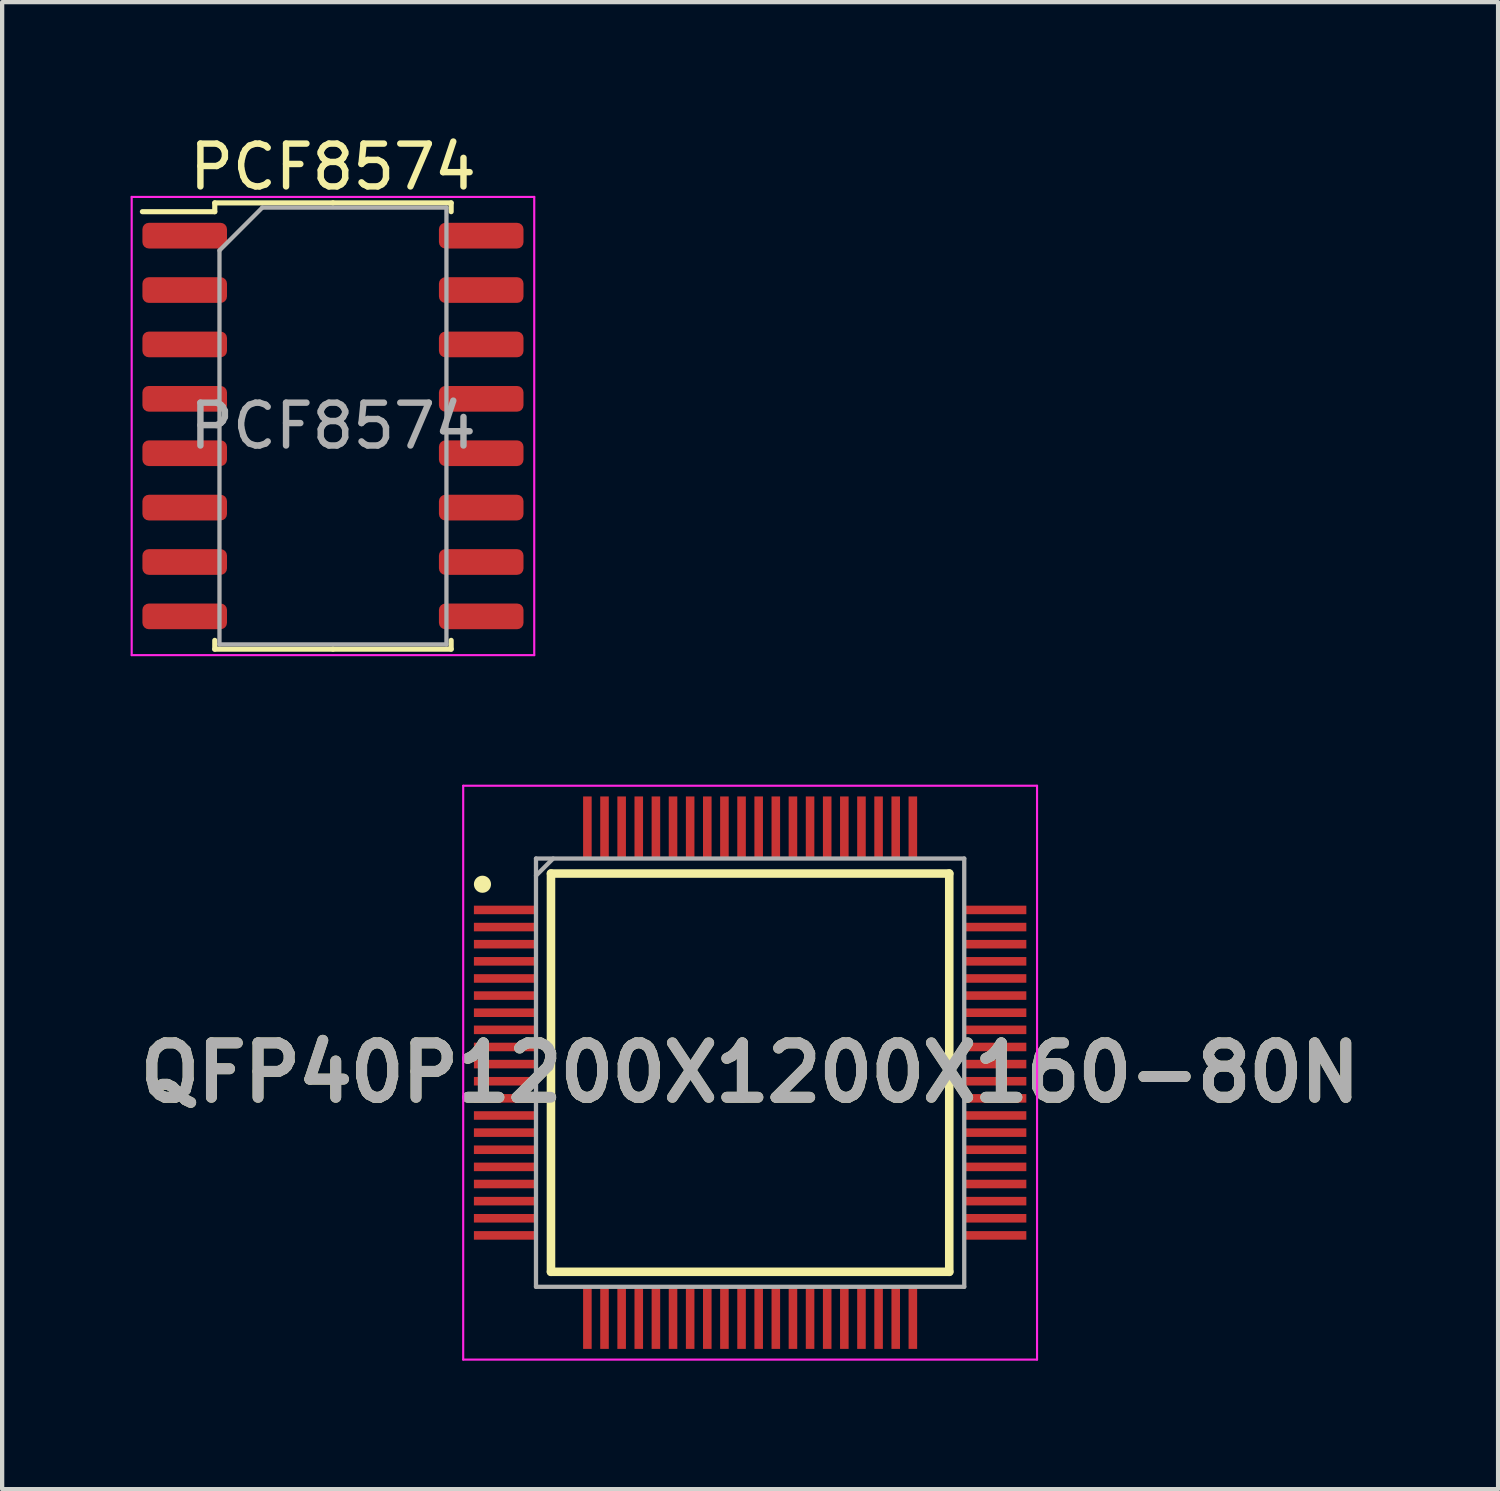
<source format=kicad_pcb>
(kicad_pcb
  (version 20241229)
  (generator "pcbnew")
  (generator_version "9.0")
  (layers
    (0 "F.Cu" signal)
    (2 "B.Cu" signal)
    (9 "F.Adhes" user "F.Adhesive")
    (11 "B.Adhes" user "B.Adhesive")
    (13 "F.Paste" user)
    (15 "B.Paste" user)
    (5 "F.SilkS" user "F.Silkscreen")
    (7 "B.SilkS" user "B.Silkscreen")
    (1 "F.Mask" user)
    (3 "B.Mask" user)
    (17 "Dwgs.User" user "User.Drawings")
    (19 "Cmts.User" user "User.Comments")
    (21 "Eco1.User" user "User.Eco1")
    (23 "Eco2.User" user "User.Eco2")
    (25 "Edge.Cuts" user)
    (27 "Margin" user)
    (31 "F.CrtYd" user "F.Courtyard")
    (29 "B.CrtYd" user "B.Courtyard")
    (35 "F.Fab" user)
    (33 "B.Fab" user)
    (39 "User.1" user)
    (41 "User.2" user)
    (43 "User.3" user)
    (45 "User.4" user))
  (footprint "QFP40P1200X1200X160-80N"
    (layer "F.Cu")
    (at 14.466 21.998)
    (property "Reference" "QFP40P1200X1200X160-80N" (at 0 0 0) (layer "F.SilkS") (effects (font (size 1.27 1.27) (thickness 0.254))))
    (attr smd)
    (fp_line (start -4.65 -4.65) (end 4.65 -4.65) (stroke (width 0.2) (type solid)) (layer "F.SilkS"))
    (fp_line (start -4.65 4.65) (end -4.65 -4.65) (stroke (width 0.2) (type solid)) (layer "F.SilkS"))
    (fp_line (start 4.65 -4.65) (end 4.65 4.65) (stroke (width 0.2) (type solid)) (layer "F.SilkS"))
    (fp_line (start 4.65 4.65) (end -4.65 4.65) (stroke (width 0.2) (type solid)) (layer "F.SilkS"))
    (fp_circle (center -6.25 -4.4) (end -6.25 -4.3) (stroke (width 0.2) (type solid)) (fill no) (layer "F.SilkS"))
    (fp_line (start -6.7 -6.7) (end 6.7 -6.7) (stroke (width 0.05) (type solid)) (layer "F.CrtYd"))
    (fp_line (start -6.7 6.7) (end -6.7 -6.7) (stroke (width 0.05) (type solid)) (layer "F.CrtYd"))
    (fp_line (start 6.7 -6.7) (end 6.7 6.7) (stroke (width 0.05) (type solid)) (layer "F.CrtYd"))
    (fp_line (start 6.7 6.7) (end -6.7 6.7) (stroke (width 0.05) (type solid)) (layer "F.CrtYd"))
    (fp_line (start -5 -5) (end 5 -5) (stroke (width 0.1) (type solid)) (layer "F.Fab"))
    (fp_line (start -5 -4.6) (end -4.6 -5) (stroke (width 0.1) (type solid)) (layer "F.Fab"))
    (fp_line (start -5 5) (end -5 -5) (stroke (width 0.1) (type solid)) (layer "F.Fab"))
    (fp_line (start 5 -5) (end 5 5) (stroke (width 0.1) (type solid)) (layer "F.Fab"))
    (fp_line (start 5 5) (end -5 5) (stroke (width 0.1) (type solid)) (layer "F.Fab"))
    (fp_text user "${REFERENCE}" (at 0 0 0) (layer "F.Fab") (effects (font (size 1.27 1.27) (thickness 0.254))))
    (pad "1" smd rect (at -5.725 -3.8 90) (size 0.2 1.45) (layers "F.Cu" "F.Mask" "F.Paste"))
    (pad "2" smd rect (at -5.725 -3.4 90) (size 0.2 1.45) (layers "F.Cu" "F.Mask" "F.Paste"))
    (pad "3" smd rect (at -5.725 -3 90) (size 0.2 1.45) (layers "F.Cu" "F.Mask" "F.Paste"))
    (pad "4" smd rect (at -5.725 -2.6 90) (size 0.2 1.45) (layers "F.Cu" "F.Mask" "F.Paste"))
    (pad "5" smd rect (at -5.725 -2.2 90) (size 0.2 1.45) (layers "F.Cu" "F.Mask" "F.Paste"))
    (pad "6" smd rect (at -5.725 -1.8 90) (size 0.2 1.45) (layers "F.Cu" "F.Mask" "F.Paste"))
    (pad "7" smd rect (at -5.725 -1.4 90) (size 0.2 1.45) (layers "F.Cu" "F.Mask" "F.Paste"))
    (pad "8" smd rect (at -5.725 -1 90) (size 0.2 1.45) (layers "F.Cu" "F.Mask" "F.Paste"))
    (pad "9" smd rect (at -5.725 -0.6 90) (size 0.2 1.45) (layers "F.Cu" "F.Mask" "F.Paste"))
    (pad "10" smd rect (at -5.725 -0.2 90) (size 0.2 1.45) (layers "F.Cu" "F.Mask" "F.Paste"))
    (pad "11" smd rect (at -5.725 0.2 90) (size 0.2 1.45) (layers "F.Cu" "F.Mask" "F.Paste"))
    (pad "12" smd rect (at -5.725 0.6 90) (size 0.2 1.45) (layers "F.Cu" "F.Mask" "F.Paste"))
    (pad "13" smd rect (at -5.725 1 90) (size 0.2 1.45) (layers "F.Cu" "F.Mask" "F.Paste"))
    (pad "14" smd rect (at -5.725 1.4 90) (size 0.2 1.45) (layers "F.Cu" "F.Mask" "F.Paste"))
    (pad "15" smd rect (at -5.725 1.8 90) (size 0.2 1.45) (layers "F.Cu" "F.Mask" "F.Paste"))
    (pad "16" smd rect (at -5.725 2.2 90) (size 0.2 1.45) (layers "F.Cu" "F.Mask" "F.Paste"))
    (pad "17" smd rect (at -5.725 2.6 90) (size 0.2 1.45) (layers "F.Cu" "F.Mask" "F.Paste"))
    (pad "18" smd rect (at -5.725 3 90) (size 0.2 1.45) (layers "F.Cu" "F.Mask" "F.Paste"))
    (pad "19" smd rect (at -5.725 3.4 90) (size 0.2 1.45) (layers "F.Cu" "F.Mask" "F.Paste"))
    (pad "20" smd rect (at -5.725 3.8 90) (size 0.2 1.45) (layers "F.Cu" "F.Mask" "F.Paste"))
    (pad "21" smd rect (at -3.8 5.725) (size 0.2 1.45) (layers "F.Cu" "F.Mask" "F.Paste"))
    (pad "22" smd rect (at -3.4 5.725) (size 0.2 1.45) (layers "F.Cu" "F.Mask" "F.Paste"))
    (pad "23" smd rect (at -3 5.725) (size 0.2 1.45) (layers "F.Cu" "F.Mask" "F.Paste"))
    (pad "24" smd rect (at -2.6 5.725) (size 0.2 1.45) (layers "F.Cu" "F.Mask" "F.Paste"))
    (pad "25" smd rect (at -2.2 5.725) (size 0.2 1.45) (layers "F.Cu" "F.Mask" "F.Paste"))
    (pad "26" smd rect (at -1.8 5.725) (size 0.2 1.45) (layers "F.Cu" "F.Mask" "F.Paste"))
    (pad "27" smd rect (at -1.4 5.725) (size 0.2 1.45) (layers "F.Cu" "F.Mask" "F.Paste"))
    (pad "28" smd rect (at -1 5.725) (size 0.2 1.45) (layers "F.Cu" "F.Mask" "F.Paste"))
    (pad "29" smd rect (at -0.6 5.725) (size 0.2 1.45) (layers "F.Cu" "F.Mask" "F.Paste"))
    (pad "30" smd rect (at -0.2 5.725) (size 0.2 1.45) (layers "F.Cu" "F.Mask" "F.Paste"))
    (pad "31" smd rect (at 0.2 5.725) (size 0.2 1.45) (layers "F.Cu" "F.Mask" "F.Paste"))
    (pad "32" smd rect (at 0.6 5.725) (size 0.2 1.45) (layers "F.Cu" "F.Mask" "F.Paste"))
    (pad "33" smd rect (at 1 5.725) (size 0.2 1.45) (layers "F.Cu" "F.Mask" "F.Paste"))
    (pad "34" smd rect (at 1.4 5.725) (size 0.2 1.45) (layers "F.Cu" "F.Mask" "F.Paste"))
    (pad "35" smd rect (at 1.8 5.725) (size 0.2 1.45) (layers "F.Cu" "F.Mask" "F.Paste"))
    (pad "36" smd rect (at 2.2 5.725) (size 0.2 1.45) (layers "F.Cu" "F.Mask" "F.Paste"))
    (pad "37" smd rect (at 2.6 5.725) (size 0.2 1.45) (layers "F.Cu" "F.Mask" "F.Paste"))
    (pad "38" smd rect (at 3 5.725) (size 0.2 1.45) (layers "F.Cu" "F.Mask" "F.Paste"))
    (pad "39" smd rect (at 3.4 5.725) (size 0.2 1.45) (layers "F.Cu" "F.Mask" "F.Paste"))
    (pad "40" smd rect (at 3.8 5.725) (size 0.2 1.45) (layers "F.Cu" "F.Mask" "F.Paste"))
    (pad "41" smd rect (at 5.725 3.8 90) (size 0.2 1.45) (layers "F.Cu" "F.Mask" "F.Paste"))
    (pad "42" smd rect (at 5.725 3.4 90) (size 0.2 1.45) (layers "F.Cu" "F.Mask" "F.Paste"))
    (pad "43" smd rect (at 5.725 3 90) (size 0.2 1.45) (layers "F.Cu" "F.Mask" "F.Paste"))
    (pad "44" smd rect (at 5.725 2.6 90) (size 0.2 1.45) (layers "F.Cu" "F.Mask" "F.Paste"))
    (pad "45" smd rect (at 5.725 2.2 90) (size 0.2 1.45) (layers "F.Cu" "F.Mask" "F.Paste"))
    (pad "46" smd rect (at 5.725 1.8 90) (size 0.2 1.45) (layers "F.Cu" "F.Mask" "F.Paste"))
    (pad "47" smd rect (at 5.725 1.4 90) (size 0.2 1.45) (layers "F.Cu" "F.Mask" "F.Paste"))
    (pad "48" smd rect (at 5.725 1 90) (size 0.2 1.45) (layers "F.Cu" "F.Mask" "F.Paste"))
    (pad "49" smd rect (at 5.725 0.6 90) (size 0.2 1.45) (layers "F.Cu" "F.Mask" "F.Paste"))
    (pad "50" smd rect (at 5.725 0.2 90) (size 0.2 1.45) (layers "F.Cu" "F.Mask" "F.Paste"))
    (pad "51" smd rect (at 5.725 -0.2 90) (size 0.2 1.45) (layers "F.Cu" "F.Mask" "F.Paste"))
    (pad "52" smd rect (at 5.725 -0.6 90) (size 0.2 1.45) (layers "F.Cu" "F.Mask" "F.Paste"))
    (pad "53" smd rect (at 5.725 -1 90) (size 0.2 1.45) (layers "F.Cu" "F.Mask" "F.Paste"))
    (pad "54" smd rect (at 5.725 -1.4 90) (size 0.2 1.45) (layers "F.Cu" "F.Mask" "F.Paste"))
    (pad "55" smd rect (at 5.725 -1.8 90) (size 0.2 1.45) (layers "F.Cu" "F.Mask" "F.Paste"))
    (pad "56" smd rect (at 5.725 -2.2 90) (size 0.2 1.45) (layers "F.Cu" "F.Mask" "F.Paste"))
    (pad "57" smd rect (at 5.725 -2.6 90) (size 0.2 1.45) (layers "F.Cu" "F.Mask" "F.Paste"))
    (pad "58" smd rect (at 5.725 -3 90) (size 0.2 1.45) (layers "F.Cu" "F.Mask" "F.Paste"))
    (pad "59" smd rect (at 5.725 -3.4 90) (size 0.2 1.45) (layers "F.Cu" "F.Mask" "F.Paste"))
    (pad "60" smd rect (at 5.725 -3.8 90) (size 0.2 1.45) (layers "F.Cu" "F.Mask" "F.Paste"))
    (pad "61" smd rect (at 3.8 -5.725) (size 0.2 1.45) (layers "F.Cu" "F.Mask" "F.Paste"))
    (pad "62" smd rect (at 3.4 -5.725) (size 0.2 1.45) (layers "F.Cu" "F.Mask" "F.Paste"))
    (pad "63" smd rect (at 3 -5.725) (size 0.2 1.45) (layers "F.Cu" "F.Mask" "F.Paste"))
    (pad "64" smd rect (at 2.6 -5.725) (size 0.2 1.45) (layers "F.Cu" "F.Mask" "F.Paste"))
    (pad "65" smd rect (at 2.2 -5.725) (size 0.2 1.45) (layers "F.Cu" "F.Mask" "F.Paste"))
    (pad "66" smd rect (at 1.8 -5.725) (size 0.2 1.45) (layers "F.Cu" "F.Mask" "F.Paste"))
    (pad "67" smd rect (at 1.4 -5.725) (size 0.2 1.45) (layers "F.Cu" "F.Mask" "F.Paste"))
    (pad "68" smd rect (at 1 -5.725) (size 0.2 1.45) (layers "F.Cu" "F.Mask" "F.Paste"))
    (pad "69" smd rect (at 0.6 -5.725) (size 0.2 1.45) (layers "F.Cu" "F.Mask" "F.Paste"))
    (pad "70" smd rect (at 0.2 -5.725) (size 0.2 1.45) (layers "F.Cu" "F.Mask" "F.Paste"))
    (pad "71" smd rect (at -0.2 -5.725) (size 0.2 1.45) (layers "F.Cu" "F.Mask" "F.Paste"))
    (pad "72" smd rect (at -0.6 -5.725) (size 0.2 1.45) (layers "F.Cu" "F.Mask" "F.Paste"))
    (pad "73" smd rect (at -1 -5.725) (size 0.2 1.45) (layers "F.Cu" "F.Mask" "F.Paste"))
    (pad "74" smd rect (at -1.4 -5.725) (size 0.2 1.45) (layers "F.Cu" "F.Mask" "F.Paste"))
    (pad "75" smd rect (at -1.8 -5.725) (size 0.2 1.45) (layers "F.Cu" "F.Mask" "F.Paste"))
    (pad "76" smd rect (at -2.2 -5.725) (size 0.2 1.45) (layers "F.Cu" "F.Mask" "F.Paste"))
    (pad "77" smd rect (at -2.6 -5.725) (size 0.2 1.45) (layers "F.Cu" "F.Mask" "F.Paste"))
    (pad "78" smd rect (at -3 -5.725) (size 0.2 1.45) (layers "F.Cu" "F.Mask" "F.Paste"))
    (pad "79" smd rect (at -3.4 -5.725) (size 0.2 1.45) (layers "F.Cu" "F.Mask" "F.Paste"))
    (pad "80" smd rect (at -3.8 -5.725) (size 0.2 1.45) (layers "F.Cu" "F.Mask" "F.Paste")))
  (footprint "PCF8574"
    (layer "F.Cu")
    (at 4.725 6.898)
    (property "Reference" "PCF8574" (at 0 -6.05 0) (layer "F.SilkS") (effects (font (size 1 1) (thickness 0.15))))
    (attr smd)
    (fp_line (start -2.76 -5.21) (end -2.76 -5.005) (stroke (width 0.12) (type solid)) (layer "F.SilkS"))
    (fp_line (start -2.76 -5.005) (end -4.45 -5.005) (stroke (width 0.12) (type solid)) (layer "F.SilkS"))
    (fp_line (start -2.76 5.21) (end -2.76 5.005) (stroke (width 0.12) (type solid)) (layer "F.SilkS"))
    (fp_line (start 0 -5.21) (end -2.76 -5.21) (stroke (width 0.12) (type solid)) (layer "F.SilkS"))
    (fp_line (start 0 -5.21) (end 2.76 -5.21) (stroke (width 0.12) (type solid)) (layer "F.SilkS"))
    (fp_line (start 0 5.21) (end -2.76 5.21) (stroke (width 0.12) (type solid)) (layer "F.SilkS"))
    (fp_line (start 0 5.21) (end 2.76 5.21) (stroke (width 0.12) (type solid)) (layer "F.SilkS"))
    (fp_line (start 2.76 -5.21) (end 2.76 -5.005) (stroke (width 0.12) (type solid)) (layer "F.SilkS"))
    (fp_line (start 2.76 5.21) (end 2.76 5.005) (stroke (width 0.12) (type solid)) (layer "F.SilkS"))
    (fp_line (start -4.7 -5.35) (end -4.7 5.35) (stroke (width 0.05) (type solid)) (layer "F.CrtYd"))
    (fp_line (start -4.7 5.35) (end 4.7 5.35) (stroke (width 0.05) (type solid)) (layer "F.CrtYd"))
    (fp_line (start 4.7 -5.35) (end -4.7 -5.35) (stroke (width 0.05) (type solid)) (layer "F.CrtYd"))
    (fp_line (start 4.7 5.35) (end 4.7 -5.35) (stroke (width 0.05) (type solid)) (layer "F.CrtYd"))
    (fp_line (start -2.65 -4.1) (end -1.65 -5.1) (stroke (width 0.1) (type solid)) (layer "F.Fab"))
    (fp_line (start -2.65 5.1) (end -2.65 -4.1) (stroke (width 0.1) (type solid)) (layer "F.Fab"))
    (fp_line (start -1.65 -5.1) (end 2.65 -5.1) (stroke (width 0.1) (type solid)) (layer "F.Fab"))
    (fp_line (start 2.65 -5.1) (end 2.65 5.1) (stroke (width 0.1) (type solid)) (layer "F.Fab"))
    (fp_line (start 2.65 5.1) (end -2.65 5.1) (stroke (width 0.1) (type solid)) (layer "F.Fab"))
    (fp_text user "${REFERENCE}" (at 0 0 0) (layer "F.Fab") (effects (font (size 1 1) (thickness 0.15))))
    (pad "1" smd roundrect (at 3.462 -0.635) (size 1.975 0.6) (layers "F.Cu" "F.Mask" "F.Paste") (roundrect_rratio 0.25))
    (pad "2" smd roundrect (at 3.462 -1.905) (size 1.975 0.6) (layers "F.Cu" "F.Mask" "F.Paste") (roundrect_rratio 0.25))
    (pad "4" smd roundrect (at 3.462 -3.175) (size 1.975 0.6) (layers "F.Cu" "F.Mask" "F.Paste") (roundrect_rratio 0.25))
    (pad "5" smd roundrect (at 3.462 -4.445) (size 1.975 0.6) (layers "F.Cu" "F.Mask" "F.Paste") (roundrect_rratio 0.25))
    (pad "6" smd roundrect (at -3.462 -4.445) (size 1.975 0.6) (layers "F.Cu" "F.Mask" "F.Paste") (roundrect_rratio 0.25))
    (pad "7" smd roundrect (at -3.462 -3.175) (size 1.975 0.6) (layers "F.Cu" "F.Mask" "F.Paste") (roundrect_rratio 0.25))
    (pad "9" smd roundrect (at -3.462 -1.905) (size 1.975 0.6) (layers "F.Cu" "F.Mask" "F.Paste") (roundrect_rratio 0.25))
    (pad "10" smd roundrect (at -3.462 -0.635) (size 1.975 0.6) (layers "F.Cu" "F.Mask" "F.Paste") (roundrect_rratio 0.25))
    (pad "11" smd roundrect (at -3.462 0.635) (size 1.975 0.6) (layers "F.Cu" "F.Mask" "F.Paste") (roundrect_rratio 0.25))
    (pad "12" smd roundrect (at -3.462 1.905) (size 1.975 0.6) (layers "F.Cu" "F.Mask" "F.Paste") (roundrect_rratio 0.25))
    (pad "14" smd roundrect (at -3.462 3.175) (size 1.975 0.6) (layers "F.Cu" "F.Mask" "F.Paste") (roundrect_rratio 0.25))
    (pad "15" smd roundrect (at -3.462 4.445) (size 1.975 0.6) (layers "F.Cu" "F.Mask" "F.Paste") (roundrect_rratio 0.25))
    (pad "16" smd roundrect (at 3.462 4.445) (size 1.975 0.6) (layers "F.Cu" "F.Mask" "F.Paste") (roundrect_rratio 0.25))
    (pad "17" smd roundrect (at 3.462 3.175) (size 1.975 0.6) (layers "F.Cu" "F.Mask" "F.Paste") (roundrect_rratio 0.25))
    (pad "19" smd roundrect (at 3.462 1.905) (size 1.975 0.6) (layers "F.Cu" "F.Mask" "F.Paste") (roundrect_rratio 0.25))
    (pad "20" smd roundrect (at 3.462 0.635) (size 1.975 0.6) (layers "F.Cu" "F.Mask" "F.Paste") (roundrect_rratio 0.25)))
  (gr_rect
    (start -3 -3)
    (end 31.932 31.723)
    (stroke (width 0.1) (type default))
    (fill no)
    (layer "Edge.Cuts")))
</source>
